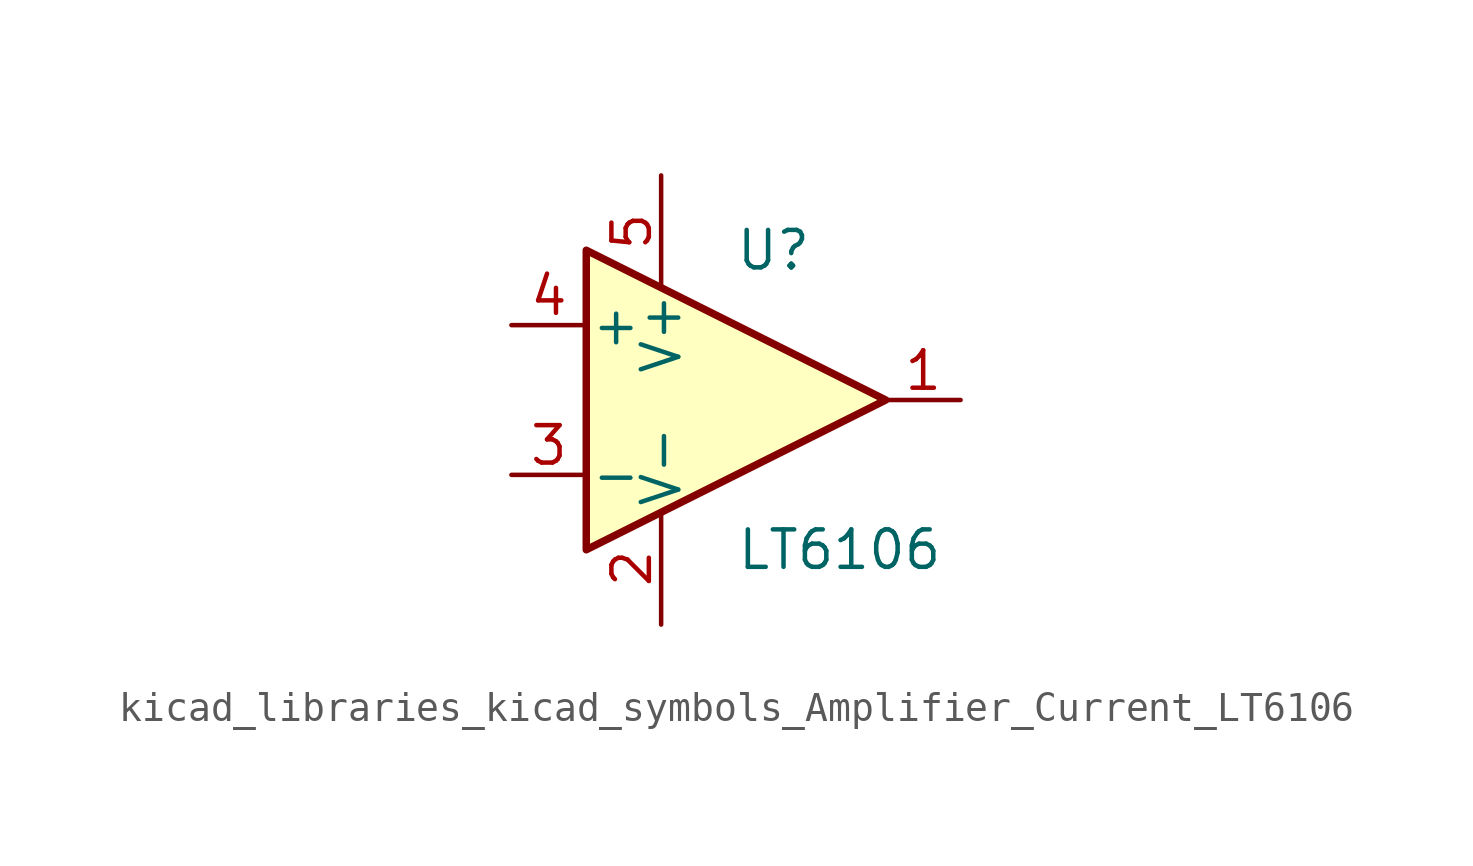
<source format=kicad_sym>
(kicad_symbol_lib
  (version 20220914)
  (generator kicad_symbol_editor)
  (symbol "kicad_libraries_kicad_symbols_Amplifier_Current_LT6106"
    (pin_names
      (offset 0.127))
    (property "Reference" "U"
      (at 1.27 5.08 0)
      (effects (font (size 1.27 1.27))))
    (property "Value" "LT6106"
      (at 0 -5.08 0)
      (effects (font (size 1.27 1.27)) (justify left)))
    (symbol "kicad_libraries_kicad_symbols_Amplifier_Current_LT6106_0_1"
      (polyline (pts (xy -5.08 5.08) (xy 5.08 0) (xy -5.08 -5.08) (xy -5.08 5.08)) (stroke (width 0.254) (type default)) (fill (type background))))
    (symbol "kicad_libraries_kicad_symbols_Amplifier_Current_LT6106_1_1"
      (pin open_collector line (at 7.62 0 180) (length 2.54) (name "~" (effects (font (size 1.27 1.27)))) (number "1" (effects (font (size 1.27 1.27)))))
      (pin power_in line (at -2.54 -7.62 90) (length 3.81) (name "V-" (effects (font (size 1.27 1.27)))) (number "2" (effects (font (size 1.27 1.27)))))
      (pin input line (at -7.62 -2.54 0) (length 2.54) (name "-" (effects (font (size 1.27 1.27)))) (number "3" (effects (font (size 1.27 1.27)))))
      (pin input line (at -7.62 2.54 0) (length 2.54) (name "+" (effects (font (size 1.27 1.27)))) (number "4" (effects (font (size 1.27 1.27)))))
      (pin power_in line (at -2.54 7.62 270) (length 3.81) (name "V+" (effects (font (size 1.27 1.27)))) (number "5" (effects (font (size 1.27 1.27))))))))
</source>
